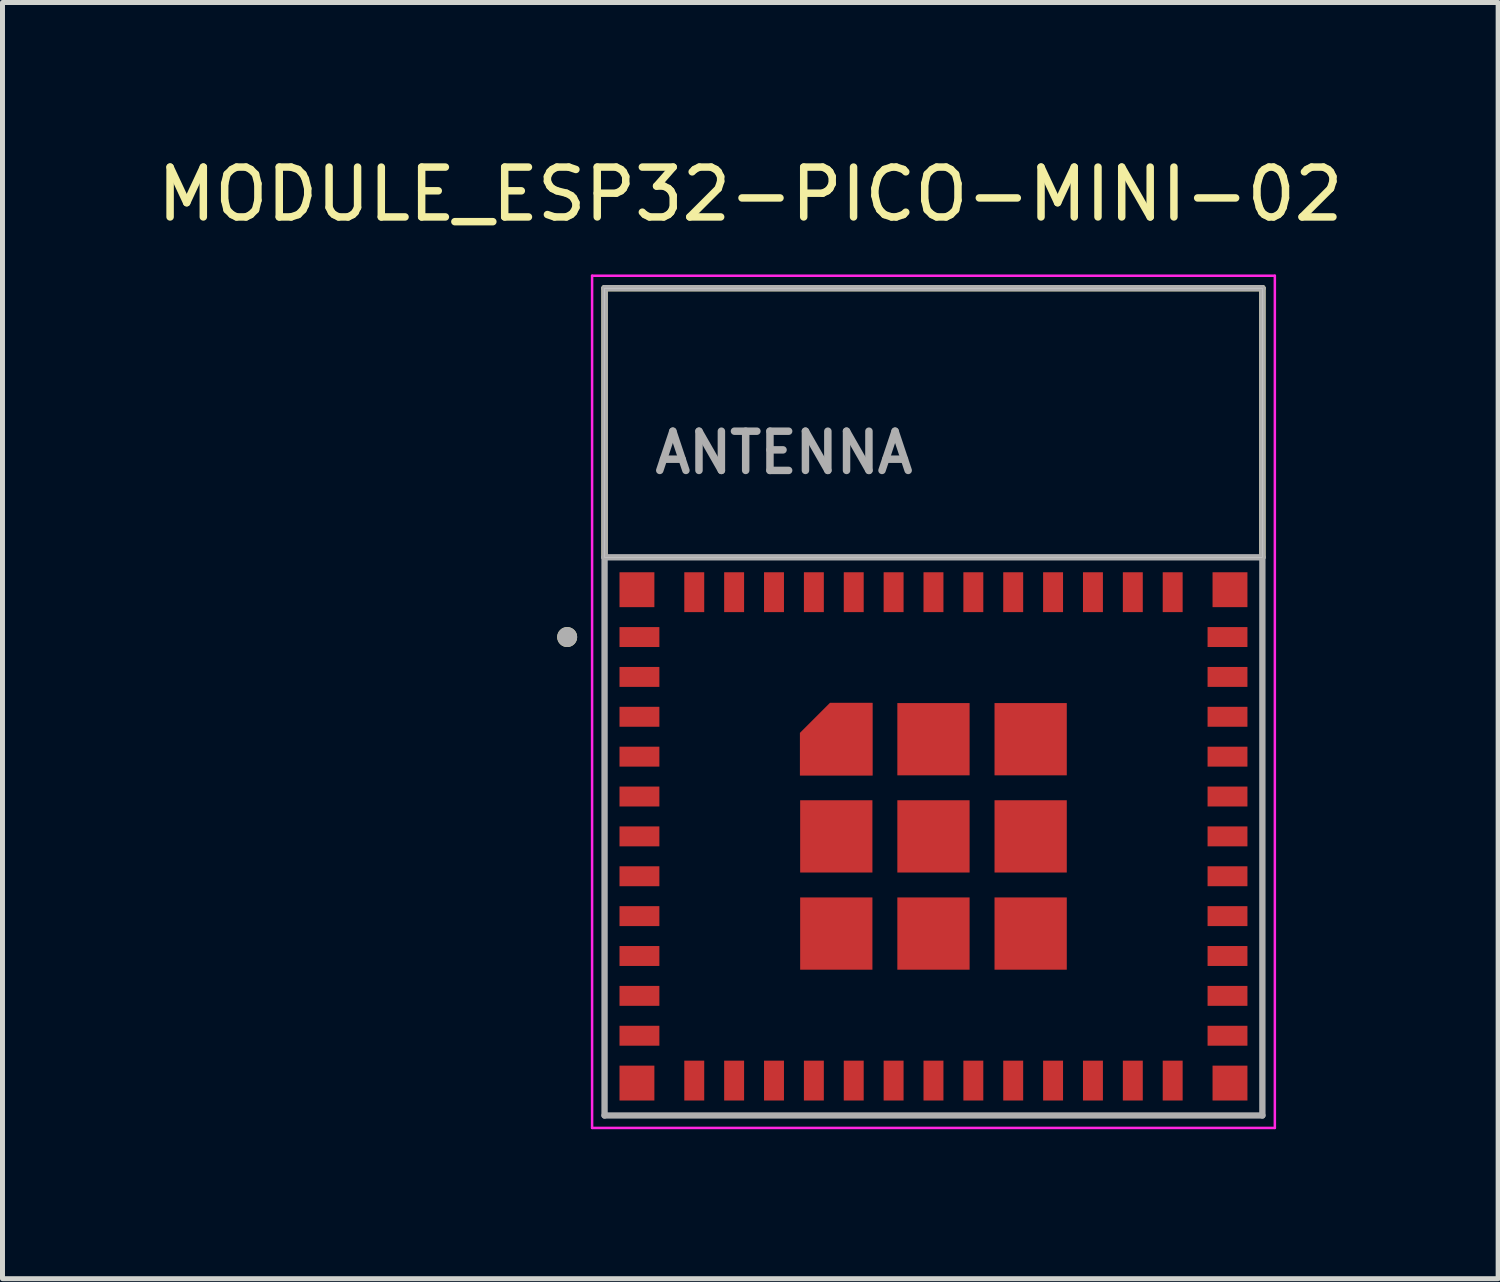
<source format=kicad_pcb>
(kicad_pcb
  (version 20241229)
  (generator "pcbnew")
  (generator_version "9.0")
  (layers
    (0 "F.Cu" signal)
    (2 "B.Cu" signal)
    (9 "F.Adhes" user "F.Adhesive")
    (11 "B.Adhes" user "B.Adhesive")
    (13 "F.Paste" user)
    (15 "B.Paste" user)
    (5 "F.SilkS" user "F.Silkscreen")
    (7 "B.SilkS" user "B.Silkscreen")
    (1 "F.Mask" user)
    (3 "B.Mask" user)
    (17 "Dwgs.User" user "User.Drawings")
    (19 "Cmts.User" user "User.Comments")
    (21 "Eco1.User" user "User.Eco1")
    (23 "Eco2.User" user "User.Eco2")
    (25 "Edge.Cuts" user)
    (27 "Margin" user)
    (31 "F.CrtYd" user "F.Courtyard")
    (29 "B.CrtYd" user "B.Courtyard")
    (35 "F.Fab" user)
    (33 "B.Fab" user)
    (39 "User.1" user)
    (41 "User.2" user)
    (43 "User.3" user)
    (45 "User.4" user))
  (footprint "MODULE_ESP32-PICO-MINI-02"
    (layer "F.Cu")
    (at 15.681 13.733)
    (property "Reference" "MODULE_ESP32-PICO-MINI-02" (at -3.675 -12.885 0) (layer "F.SilkS") (effects (font (size 1 1) (thickness 0.15))))
    (attr through_hole)
    (fp_poly (pts (xy -1.125 -1.125) (xy -1.125 -2.775) (xy -2.175 -2.775) (xy -2.775 -2.175) (xy -2.775 -1.125)) (stroke (width 0.01) (type solid)) (fill yes) (layer "F.Mask"))
    (fp_line (start -6.6 -11) (end 6.6 -11) (stroke (width 0.127) (type solid)) (layer "F.SilkS"))
    (fp_line (start -6.6 -5.6) (end -6.6 -11) (stroke (width 0.127) (type solid)) (layer "F.SilkS"))
    (fp_line (start 6.6 -11) (end 6.6 -5.6) (stroke (width 0.127) (type solid)) (layer "F.SilkS"))
    (fp_circle (center -7.35 -4) (end -7.25 -4) (stroke (width 0.2) (type solid)) (fill no) (layer "F.SilkS"))
    (fp_poly (pts (xy -1.225 -1.225) (xy -1.225 -2.675) (xy -2.075 -2.675) (xy -2.675 -2.075) (xy -2.675 -1.225)) (stroke (width 0.01) (type solid)) (fill yes) (layer "F.Paste"))
    (fp_poly (pts (xy -6.6 -11) (xy 6.6 -11) (xy 6.6 -5.6) (xy -6.6 -5.6)) (stroke (width 0.01) (type solid)) (fill no) (layer "Dwgs.User"))
    (fp_poly (pts (xy -6.6 -11) (xy 6.6 -11) (xy 6.6 -5.6) (xy -6.6 -5.6)) (stroke (width 0.01) (type solid)) (fill no) (layer "Dwgs.User"))
    (fp_poly (pts (xy -6.6 -11) (xy 6.6 -11) (xy 6.6 -5.6) (xy -6.6 -5.6)) (stroke (width 0.01) (type solid)) (fill no) (layer "Dwgs.User"))
    (fp_line (start -6.85 -11.25) (end -6.85 5.85) (stroke (width 0.05) (type solid)) (layer "F.CrtYd"))
    (fp_line (start -6.85 5.85) (end 6.85 5.85) (stroke (width 0.05) (type solid)) (layer "F.CrtYd"))
    (fp_line (start 6.85 -11.25) (end -6.85 -11.25) (stroke (width 0.05) (type solid)) (layer "F.CrtYd"))
    (fp_line (start 6.85 5.85) (end 6.85 -11.25) (stroke (width 0.05) (type solid)) (layer "F.CrtYd"))
    (fp_line (start -6.6 -11) (end 6.6 -11) (stroke (width 0.127) (type solid)) (layer "F.Fab"))
    (fp_line (start -6.6 -5.6) (end -6.6 -11) (stroke (width 0.127) (type solid)) (layer "F.Fab"))
    (fp_line (start -6.6 -5.6) (end 6.6 -5.6) (stroke (width 0.127) (type solid)) (layer "F.Fab"))
    (fp_line (start -6.6 5.6) (end -6.6 -5.6) (stroke (width 0.127) (type solid)) (layer "F.Fab"))
    (fp_line (start 6.6 -11) (end 6.6 -5.6) (stroke (width 0.127) (type solid)) (layer "F.Fab"))
    (fp_line (start 6.6 -5.6) (end 6.6 5.6) (stroke (width 0.127) (type solid)) (layer "F.Fab"))
    (fp_line (start 6.6 5.6) (end -6.6 5.6) (stroke (width 0.127) (type solid)) (layer "F.Fab"))
    (fp_circle (center -7.35 -4) (end -7.25 -4) (stroke (width 0.2) (type solid)) (fill no) (layer "F.Fab"))
    (fp_text user "ANTENNA" (at -3 -7.7 0) (layer "F.Fab") (effects (font (size 0.787 0.787) (thickness 0.15))))
    (pad "1" smd rect (at -5.9 -4) (size 0.8 0.4) (layers "F.Cu" "F.Mask" "F.Paste"))
    (pad "2" smd rect (at -5.9 -3.2) (size 0.8 0.4) (layers "F.Cu" "F.Mask" "F.Paste"))
    (pad "3" smd rect (at -5.9 -2.4) (size 0.8 0.4) (layers "F.Cu" "F.Mask" "F.Paste"))
    (pad "4" smd rect (at -5.9 -1.6) (size 0.8 0.4) (layers "F.Cu" "F.Mask" "F.Paste"))
    (pad "5" smd rect (at -5.9 -0.8) (size 0.8 0.4) (layers "F.Cu" "F.Mask" "F.Paste"))
    (pad "6" smd rect (at -5.9 0) (size 0.8 0.4) (layers "F.Cu" "F.Mask" "F.Paste"))
    (pad "7" smd rect (at -5.9 0.8) (size 0.8 0.4) (layers "F.Cu" "F.Mask" "F.Paste"))
    (pad "8" smd rect (at -5.9 1.6) (size 0.8 0.4) (layers "F.Cu" "F.Mask" "F.Paste"))
    (pad "9" smd rect (at -5.9 2.4) (size 0.8 0.4) (layers "F.Cu" "F.Mask" "F.Paste"))
    (pad "10" smd rect (at -5.9 3.2) (size 0.8 0.4) (layers "F.Cu" "F.Mask" "F.Paste"))
    (pad "11" smd rect (at -5.9 4) (size 0.8 0.4) (layers "F.Cu" "F.Mask" "F.Paste"))
    (pad "12" smd rect (at -4.8 4.9) (size 0.4 0.8) (layers "F.Cu" "F.Mask" "F.Paste"))
    (pad "13" smd rect (at -4 4.9) (size 0.4 0.8) (layers "F.Cu" "F.Mask" "F.Paste"))
    (pad "14" smd rect (at -3.2 4.9) (size 0.4 0.8) (layers "F.Cu" "F.Mask" "F.Paste"))
    (pad "15" smd rect (at -2.4 4.9) (size 0.4 0.8) (layers "F.Cu" "F.Mask" "F.Paste"))
    (pad "16" smd rect (at -1.6 4.9) (size 0.4 0.8) (layers "F.Cu" "F.Mask" "F.Paste"))
    (pad "17" smd rect (at -0.8 4.9) (size 0.4 0.8) (layers "F.Cu" "F.Mask" "F.Paste"))
    (pad "18" smd rect (at 0 4.9) (size 0.4 0.8) (layers "F.Cu" "F.Mask" "F.Paste"))
    (pad "19" smd rect (at 0.8 4.9) (size 0.4 0.8) (layers "F.Cu" "F.Mask" "F.Paste"))
    (pad "20" smd rect (at 1.6 4.9) (size 0.4 0.8) (layers "F.Cu" "F.Mask" "F.Paste"))
    (pad "21" smd rect (at 2.4 4.9) (size 0.4 0.8) (layers "F.Cu" "F.Mask" "F.Paste"))
    (pad "22" smd rect (at 3.2 4.9) (size 0.4 0.8) (layers "F.Cu" "F.Mask" "F.Paste"))
    (pad "23" smd rect (at 4 4.9) (size 0.4 0.8) (layers "F.Cu" "F.Mask" "F.Paste"))
    (pad "24" smd rect (at 4.8 4.9) (size 0.4 0.8) (layers "F.Cu" "F.Mask" "F.Paste"))
    (pad "25" smd rect (at 5.9 4) (size 0.8 0.4) (layers "F.Cu" "F.Mask" "F.Paste"))
    (pad "26" smd rect (at 5.9 3.2) (size 0.8 0.4) (layers "F.Cu" "F.Mask" "F.Paste"))
    (pad "27" smd rect (at 5.9 2.4) (size 0.8 0.4) (layers "F.Cu" "F.Mask" "F.Paste"))
    (pad "28" smd rect (at 5.9 1.6) (size 0.8 0.4) (layers "F.Cu" "F.Mask" "F.Paste"))
    (pad "29" smd rect (at 5.9 0.8) (size 0.8 0.4) (layers "F.Cu" "F.Mask" "F.Paste"))
    (pad "30" smd rect (at 5.9 0) (size 0.8 0.4) (layers "F.Cu" "F.Mask" "F.Paste"))
    (pad "31" smd rect (at 5.9 -0.8) (size 0.8 0.4) (layers "F.Cu" "F.Mask" "F.Paste"))
    (pad "32" smd rect (at 5.9 -1.6) (size 0.8 0.4) (layers "F.Cu" "F.Mask" "F.Paste"))
    (pad "33" smd rect (at 5.9 -2.4) (size 0.8 0.4) (layers "F.Cu" "F.Mask" "F.Paste"))
    (pad "34" smd rect (at 5.9 -3.2) (size 0.8 0.4) (layers "F.Cu" "F.Mask" "F.Paste"))
    (pad "35" smd rect (at 5.9 -4) (size 0.8 0.4) (layers "F.Cu" "F.Mask" "F.Paste"))
    (pad "36" smd rect (at 4.8 -4.9) (size 0.4 0.8) (layers "F.Cu" "F.Mask" "F.Paste"))
    (pad "37" smd rect (at 4 -4.9) (size 0.4 0.8) (layers "F.Cu" "F.Mask" "F.Paste"))
    (pad "38" smd rect (at 3.2 -4.9) (size 0.4 0.8) (layers "F.Cu" "F.Mask" "F.Paste"))
    (pad "39" smd rect (at 2.4 -4.9) (size 0.4 0.8) (layers "F.Cu" "F.Mask" "F.Paste"))
    (pad "40" smd rect (at 1.6 -4.9) (size 0.4 0.8) (layers "F.Cu" "F.Mask" "F.Paste"))
    (pad "41" smd rect (at 0.8 -4.9) (size 0.4 0.8) (layers "F.Cu" "F.Mask" "F.Paste"))
    (pad "42" smd rect (at 0 -4.9) (size 0.4 0.8) (layers "F.Cu" "F.Mask" "F.Paste"))
    (pad "43" smd rect (at -0.8 -4.9) (size 0.4 0.8) (layers "F.Cu" "F.Mask" "F.Paste"))
    (pad "44" smd rect (at -1.6 -4.9) (size 0.4 0.8) (layers "F.Cu" "F.Mask" "F.Paste"))
    (pad "45" smd rect (at -2.4 -4.9) (size 0.4 0.8) (layers "F.Cu" "F.Mask" "F.Paste"))
    (pad "46" smd rect (at -3.2 -4.9) (size 0.4 0.8) (layers "F.Cu" "F.Mask" "F.Paste"))
    (pad "47" smd rect (at -4 -4.9) (size 0.4 0.8) (layers "F.Cu" "F.Mask" "F.Paste"))
    (pad "48" smd rect (at -4.8 -4.9) (size 0.4 0.8) (layers "F.Cu" "F.Mask" "F.Paste"))
    (pad "49" smd rect (at 0 0) (size 1.45 1.45) (layers "F.Cu" "F.Mask" "F.Paste"))
    (pad "50" smd rect (at 5.95 -4.95) (size 0.7 0.7) (layers "F.Cu" "F.Mask" "F.Paste"))
    (pad "51" smd rect (at 5.95 4.95) (size 0.7 0.7) (layers "F.Cu" "F.Mask" "F.Paste"))
    (pad "52" smd rect (at -5.95 4.95) (size 0.7 0.7) (layers "F.Cu" "F.Mask" "F.Paste"))
    (pad "53" smd rect (at -5.95 -4.95) (size 0.7 0.7) (layers "F.Cu" "F.Mask" "F.Paste"))
    (pad "54" smd rect (at -1.95 0) (size 1.45 1.45) (layers "F.Cu" "F.Mask" "F.Paste"))
    (pad "55" smd rect (at -1.95 1.95) (size 1.45 1.45) (layers "F.Cu" "F.Mask" "F.Paste"))
    (pad "56" smd rect (at 0 1.95) (size 1.45 1.45) (layers "F.Cu" "F.Mask" "F.Paste"))
    (pad "57" smd rect (at 1.95 1.95) (size 1.45 1.45) (layers "F.Cu" "F.Mask" "F.Paste"))
    (pad "58" smd rect (at 1.95 0) (size 1.45 1.45) (layers "F.Cu" "F.Mask" "F.Paste"))
    (pad "59" smd rect (at 1.95 -1.95) (size 1.45 1.45) (layers "F.Cu" "F.Mask" "F.Paste"))
    (pad "60" smd rect (at 0 -1.95) (size 1.45 1.45) (layers "F.Cu" "F.Mask" "F.Paste"))
    (pad "61" smd custom (at -1.95 -1.95) (size 0.5 0.5) (layers "F.Cu") (options (anchor rect)) (primitives (gr_poly (pts (xy 0.725 0.725) (xy 0.725 -0.725) (xy -0.125 -0.725) (xy -0.725 -0.125) (xy -0.725 0.725)) (width 0.01) (fill yes)))))
  (gr_rect
    (start -3 -3)
    (end 27.012 22.608)
    (stroke (width 0.1) (type default))
    (fill no)
    (layer "Edge.Cuts")))
</source>
